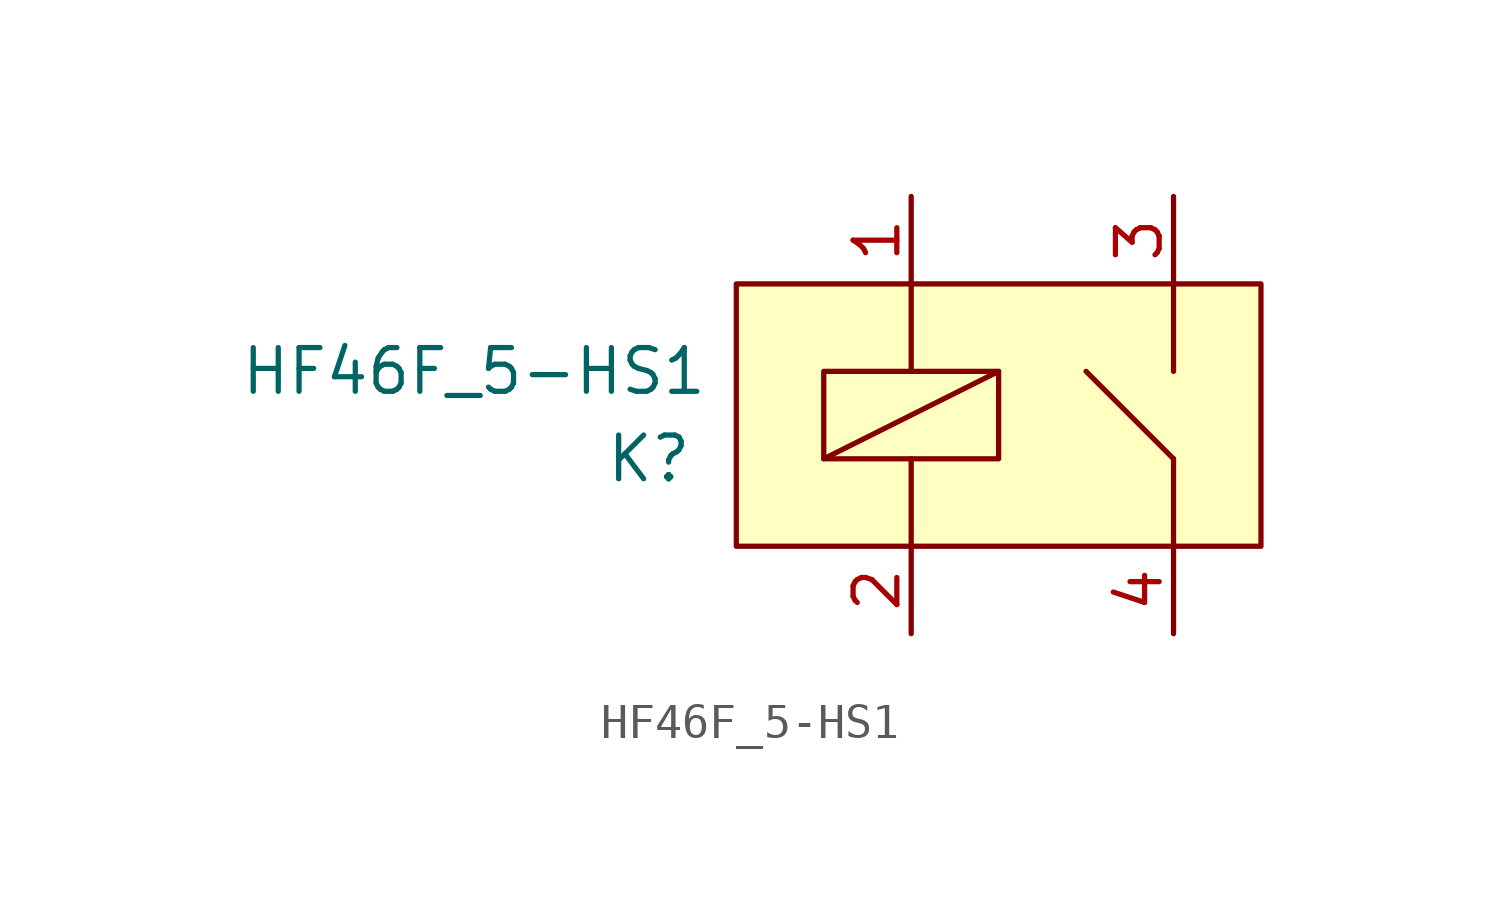
<source format=kicad_sym>
(kicad_symbol_lib
  (version 20211014)
  (generator kicad_symbol_editor)
  (symbol "HF46F_5-HS1"
    (property "Reference" "K"
      (at -2.54 -5.08 0)
      (effects (font (size 1.27 1.27))))
    (property "Value" "HF46F_5-HS1"
      (at -7.62 -2.54 0)
      (effects (font (size 1.27 1.27))))
    (symbol "HF46F_5-HS1_0_1"
      (polyline (pts (xy 5.08 -7.62) (xy 5.08 -5.08)) (stroke (width 0) (type default) (color 0 0 0 0)) (fill (type none)))
      (polyline (pts (xy 5.08 0) (xy 5.08 -2.54)) (stroke (width 0) (type default) (color 0 0 0 0)) (fill (type none)))
      (polyline (pts (xy 7.62 -2.54) (xy 2.54 -5.08)) (stroke (width 0) (type default) (color 0 0 0 0)) (fill (type none)))
      (polyline (pts (xy 12.7 -7.62) (xy 12.7 -5.08)) (stroke (width 0) (type default) (color 0 0 0 0)) (fill (type none)))
      (polyline (pts (xy 12.7 -5.08) (xy 10.16 -2.54)) (stroke (width 0) (type default) (color 0 0 0 0)) (fill (type none)))
      (polyline (pts (xy 12.7 0) (xy 12.7 -2.54)) (stroke (width 0) (type default) (color 0 0 0 0)) (fill (type none)))
      (rectangle (start 0 0) (end 15.24 -7.62) (stroke (width 0) (type default) (color 0 0 0 0)) (fill (type background)))
      (rectangle (start 2.54 -2.54) (end 7.62 -5.08) (stroke (width 0) (type default) (color 0 0 0 0)) (fill (type none))))
    (symbol "HF46F_5-HS1_1_1"
      (pin passive line (at 5.08 2.54 270) (length 2.54) (name "" (effects (font (size 1.27 1.27)))) (number "1" (effects (font (size 1.27 1.27)))))
      (pin passive line (at 5.08 -10.16 90) (length 2.54) (name "" (effects (font (size 1.27 1.27)))) (number "2" (effects (font (size 1.27 1.27)))))
      (pin passive line (at 12.7 2.54 270) (length 2.54) (name "" (effects (font (size 1.27 1.27)))) (number "3" (effects (font (size 1.27 1.27)))))
      (pin passive line (at 12.7 -10.16 90) (length 2.54) (name "" (effects (font (size 1.27 1.27)))) (number "4" (effects (font (size 1.27 1.27))))))))
</source>
